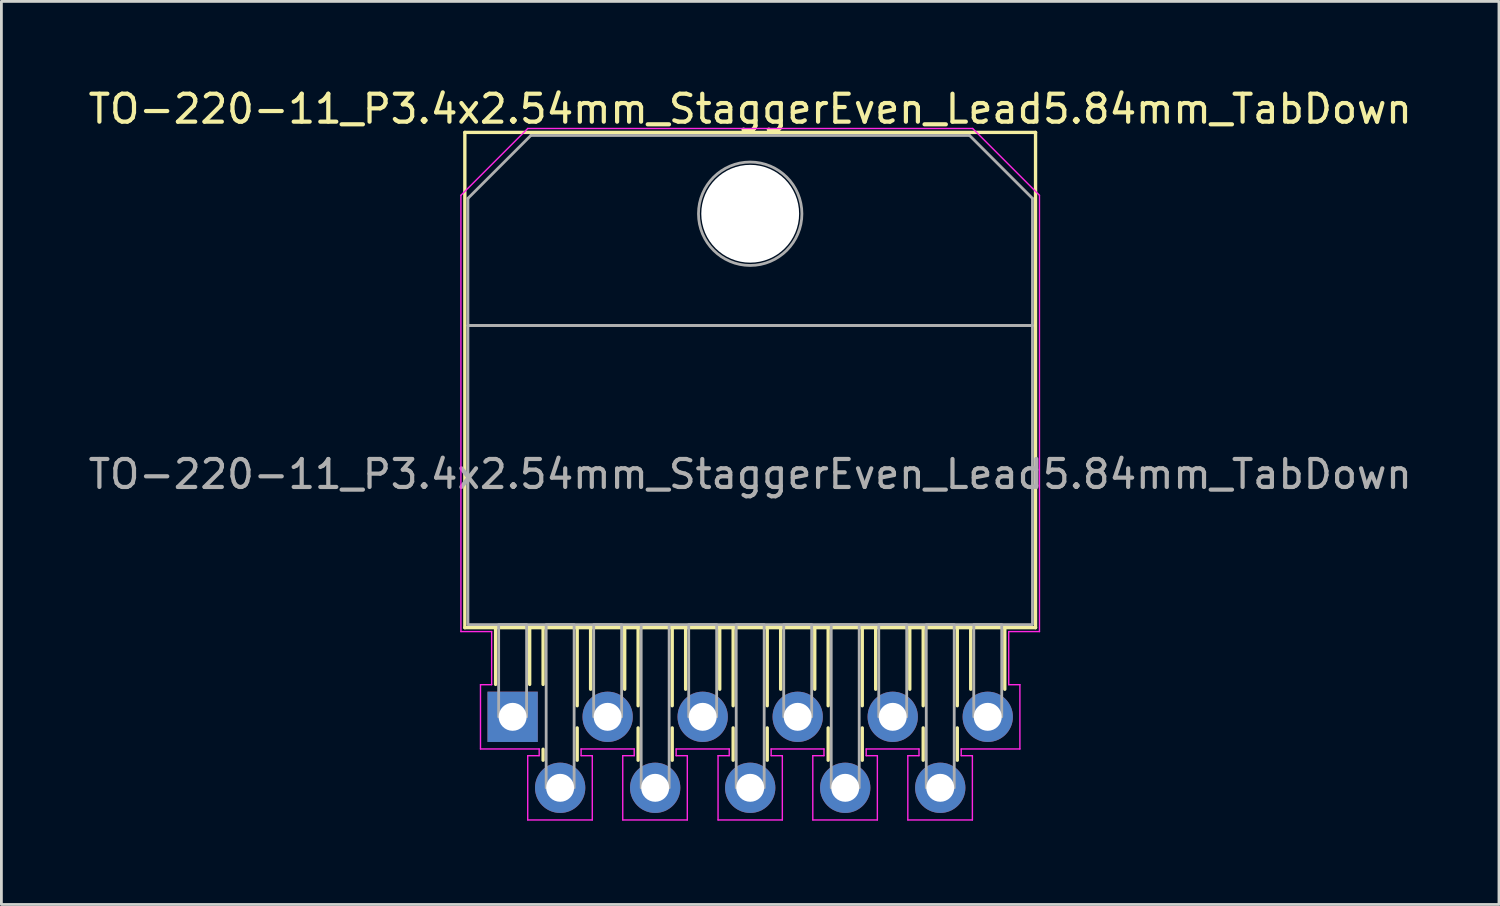
<source format=kicad_pcb>
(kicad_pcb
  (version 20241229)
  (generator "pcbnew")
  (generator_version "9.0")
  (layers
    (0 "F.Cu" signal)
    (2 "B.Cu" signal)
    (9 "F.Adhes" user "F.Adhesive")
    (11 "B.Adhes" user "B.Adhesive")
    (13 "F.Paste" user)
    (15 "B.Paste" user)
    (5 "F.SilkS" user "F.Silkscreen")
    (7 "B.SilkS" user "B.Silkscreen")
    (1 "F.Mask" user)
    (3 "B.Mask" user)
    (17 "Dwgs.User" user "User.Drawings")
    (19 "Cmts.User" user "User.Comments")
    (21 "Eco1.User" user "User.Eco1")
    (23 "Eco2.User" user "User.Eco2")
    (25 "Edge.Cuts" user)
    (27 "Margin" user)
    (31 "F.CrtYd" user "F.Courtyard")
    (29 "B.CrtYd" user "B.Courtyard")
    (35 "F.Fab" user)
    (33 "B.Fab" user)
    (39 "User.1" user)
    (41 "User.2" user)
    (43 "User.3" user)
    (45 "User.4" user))
  (footprint "TO-220-11_P3.4x2.54mm_StaggerEven_Lead5.84mm_TabDown"
    (layer "F.Cu")
    (at 15.292 22.598)
    (property "Reference" "TO-220-11_P3.4x2.54mm_StaggerEven_Lead5.84mm_TabDown" (at 8.5 -21.75 0) (layer "F.SilkS") (effects (font (size 1 1) (thickness 0.15))))
    (attr through_hole)
    (fp_line (start -1.71 -20.91) (end 18.71 -20.91) (stroke (width 0.12) (type solid)) (layer "F.SilkS"))
    (fp_line (start -1.71 -3.19) (end -1.71 -20.91) (stroke (width 0.12) (type solid)) (layer "F.SilkS"))
    (fp_line (start -1.71 -3.19) (end 18.71 -3.19) (stroke (width 0.12) (type solid)) (layer "F.SilkS"))
    (fp_line (start -0.61 -3.19) (end -0.61 -1.16) (stroke (width 0.12) (type solid)) (layer "F.SilkS"))
    (fp_line (start 0.61 -3.19) (end 0.61 -1.16) (stroke (width 0.12) (type solid)) (layer "F.SilkS"))
    (fp_line (start 1.09 -3.19) (end 1.09 -1.16) (stroke (width 0.12) (type solid)) (layer "F.SilkS"))
    (fp_line (start 1.09 1.16) (end 1.09 1.553) (stroke (width 0.12) (type solid)) (layer "F.SilkS"))
    (fp_line (start 2.31 -3.19) (end 2.31 -0.397) (stroke (width 0.12) (type solid)) (layer "F.SilkS"))
    (fp_line (start 2.31 0.397) (end 2.31 1.553) (stroke (width 0.12) (type solid)) (layer "F.SilkS"))
    (fp_line (start 2.79 -3.19) (end 2.79 -0.987) (stroke (width 0.12) (type solid)) (layer "F.SilkS"))
    (fp_line (start 4.01 -3.19) (end 4.01 -0.987) (stroke (width 0.12) (type solid)) (layer "F.SilkS"))
    (fp_line (start 4.49 -3.19) (end 4.49 -0.397) (stroke (width 0.12) (type solid)) (layer "F.SilkS"))
    (fp_line (start 4.49 0.397) (end 4.49 1.553) (stroke (width 0.12) (type solid)) (layer "F.SilkS"))
    (fp_line (start 5.71 -3.19) (end 5.71 -0.397) (stroke (width 0.12) (type solid)) (layer "F.SilkS"))
    (fp_line (start 5.71 0.397) (end 5.71 1.553) (stroke (width 0.12) (type solid)) (layer "F.SilkS"))
    (fp_line (start 6.19 -3.19) (end 6.19 -0.987) (stroke (width 0.12) (type solid)) (layer "F.SilkS"))
    (fp_line (start 7.41 -3.19) (end 7.41 -0.987) (stroke (width 0.12) (type solid)) (layer "F.SilkS"))
    (fp_line (start 7.89 -3.19) (end 7.89 -0.397) (stroke (width 0.12) (type solid)) (layer "F.SilkS"))
    (fp_line (start 7.89 0.397) (end 7.89 1.553) (stroke (width 0.12) (type solid)) (layer "F.SilkS"))
    (fp_line (start 9.11 -3.19) (end 9.11 -0.397) (stroke (width 0.12) (type solid)) (layer "F.SilkS"))
    (fp_line (start 9.11 0.397) (end 9.11 1.553) (stroke (width 0.12) (type solid)) (layer "F.SilkS"))
    (fp_line (start 9.59 -3.19) (end 9.59 -0.987) (stroke (width 0.12) (type solid)) (layer "F.SilkS"))
    (fp_line (start 10.81 -3.19) (end 10.81 -0.987) (stroke (width 0.12) (type solid)) (layer "F.SilkS"))
    (fp_line (start 11.29 -3.19) (end 11.29 -0.397) (stroke (width 0.12) (type solid)) (layer "F.SilkS"))
    (fp_line (start 11.29 0.397) (end 11.29 1.553) (stroke (width 0.12) (type solid)) (layer "F.SilkS"))
    (fp_line (start 12.51 -3.19) (end 12.51 -0.397) (stroke (width 0.12) (type solid)) (layer "F.SilkS"))
    (fp_line (start 12.51 0.397) (end 12.51 1.553) (stroke (width 0.12) (type solid)) (layer "F.SilkS"))
    (fp_line (start 12.99 -3.19) (end 12.99 -0.987) (stroke (width 0.12) (type solid)) (layer "F.SilkS"))
    (fp_line (start 14.21 -3.19) (end 14.21 -0.987) (stroke (width 0.12) (type solid)) (layer "F.SilkS"))
    (fp_line (start 14.69 -3.19) (end 14.69 -0.397) (stroke (width 0.12) (type solid)) (layer "F.SilkS"))
    (fp_line (start 14.69 0.397) (end 14.69 1.553) (stroke (width 0.12) (type solid)) (layer "F.SilkS"))
    (fp_line (start 15.91 -3.19) (end 15.91 -0.397) (stroke (width 0.12) (type solid)) (layer "F.SilkS"))
    (fp_line (start 15.91 0.397) (end 15.91 1.553) (stroke (width 0.12) (type solid)) (layer "F.SilkS"))
    (fp_line (start 16.39 -3.19) (end 16.39 -0.987) (stroke (width 0.12) (type solid)) (layer "F.SilkS"))
    (fp_line (start 17.61 -3.19) (end 17.61 -0.987) (stroke (width 0.12) (type solid)) (layer "F.SilkS"))
    (fp_line (start 18.71 -3.19) (end 18.71 -20.91) (stroke (width 0.12) (type solid)) (layer "F.SilkS"))
    (fp_line (start -1.85 -18.66) (end 0.54 -21.05) (stroke (width 0.05) (type solid)) (layer "F.CrtYd"))
    (fp_line (start -1.85 -3.05) (end -1.85 -18.66) (stroke (width 0.05) (type solid)) (layer "F.CrtYd"))
    (fp_line (start -1.15 -1.15) (end -0.75 -1.15) (stroke (width 0.05) (type solid)) (layer "F.CrtYd"))
    (fp_line (start -1.15 1.15) (end -1.15 -1.15) (stroke (width 0.05) (type solid)) (layer "F.CrtYd"))
    (fp_line (start -0.75 -3.05) (end -1.85 -3.05) (stroke (width 0.05) (type solid)) (layer "F.CrtYd"))
    (fp_line (start -0.75 -1.15) (end -0.75 -3.05) (stroke (width 0.05) (type solid)) (layer "F.CrtYd"))
    (fp_line (start 0.54 -21.05) (end 16.46 -21.05) (stroke (width 0.05) (type solid)) (layer "F.CrtYd"))
    (fp_line (start 0.54 1.39) (end 0.95 1.39) (stroke (width 0.05) (type solid)) (layer "F.CrtYd"))
    (fp_line (start 0.54 3.69) (end 0.54 1.39) (stroke (width 0.05) (type solid)) (layer "F.CrtYd"))
    (fp_line (start 0.95 1.15) (end -1.15 1.15) (stroke (width 0.05) (type solid)) (layer "F.CrtYd"))
    (fp_line (start 0.95 1.39) (end 0.95 1.15) (stroke (width 0.05) (type solid)) (layer "F.CrtYd"))
    (fp_line (start 2.45 1.15) (end 2.45 1.39) (stroke (width 0.05) (type solid)) (layer "F.CrtYd"))
    (fp_line (start 2.45 1.39) (end 2.85 1.39) (stroke (width 0.05) (type solid)) (layer "F.CrtYd"))
    (fp_line (start 2.85 1.39) (end 2.85 3.69) (stroke (width 0.05) (type solid)) (layer "F.CrtYd"))
    (fp_line (start 2.85 3.69) (end 0.54 3.69) (stroke (width 0.05) (type solid)) (layer "F.CrtYd"))
    (fp_line (start 3.94 1.39) (end 4.35 1.39) (stroke (width 0.05) (type solid)) (layer "F.CrtYd"))
    (fp_line (start 3.94 3.69) (end 3.94 1.39) (stroke (width 0.05) (type solid)) (layer "F.CrtYd"))
    (fp_line (start 4.35 1.15) (end 2.45 1.15) (stroke (width 0.05) (type solid)) (layer "F.CrtYd"))
    (fp_line (start 4.35 1.39) (end 4.35 1.15) (stroke (width 0.05) (type solid)) (layer "F.CrtYd"))
    (fp_line (start 5.85 1.15) (end 5.85 1.39) (stroke (width 0.05) (type solid)) (layer "F.CrtYd"))
    (fp_line (start 5.85 1.39) (end 6.25 1.39) (stroke (width 0.05) (type solid)) (layer "F.CrtYd"))
    (fp_line (start 6.25 1.39) (end 6.25 3.69) (stroke (width 0.05) (type solid)) (layer "F.CrtYd"))
    (fp_line (start 6.25 3.69) (end 3.94 3.69) (stroke (width 0.05) (type solid)) (layer "F.CrtYd"))
    (fp_line (start 7.35 1.39) (end 7.75 1.39) (stroke (width 0.05) (type solid)) (layer "F.CrtYd"))
    (fp_line (start 7.35 3.69) (end 7.35 1.39) (stroke (width 0.05) (type solid)) (layer "F.CrtYd"))
    (fp_line (start 7.75 1.15) (end 5.85 1.15) (stroke (width 0.05) (type solid)) (layer "F.CrtYd"))
    (fp_line (start 7.75 1.39) (end 7.75 1.15) (stroke (width 0.05) (type solid)) (layer "F.CrtYd"))
    (fp_line (start 9.25 1.15) (end 9.25 1.39) (stroke (width 0.05) (type solid)) (layer "F.CrtYd"))
    (fp_line (start 9.25 1.39) (end 9.65 1.39) (stroke (width 0.05) (type solid)) (layer "F.CrtYd"))
    (fp_line (start 9.65 1.39) (end 9.65 3.69) (stroke (width 0.05) (type solid)) (layer "F.CrtYd"))
    (fp_line (start 9.65 3.69) (end 7.35 3.69) (stroke (width 0.05) (type solid)) (layer "F.CrtYd"))
    (fp_line (start 10.74 1.39) (end 11.14 1.39) (stroke (width 0.05) (type solid)) (layer "F.CrtYd"))
    (fp_line (start 10.74 3.69) (end 10.74 1.39) (stroke (width 0.05) (type solid)) (layer "F.CrtYd"))
    (fp_line (start 11.14 1.15) (end 9.25 1.15) (stroke (width 0.05) (type solid)) (layer "F.CrtYd"))
    (fp_line (start 11.14 1.39) (end 11.14 1.15) (stroke (width 0.05) (type solid)) (layer "F.CrtYd"))
    (fp_line (start 12.65 1.15) (end 12.65 1.39) (stroke (width 0.05) (type solid)) (layer "F.CrtYd"))
    (fp_line (start 12.65 1.39) (end 13.05 1.39) (stroke (width 0.05) (type solid)) (layer "F.CrtYd"))
    (fp_line (start 13.05 1.39) (end 13.05 3.69) (stroke (width 0.05) (type solid)) (layer "F.CrtYd"))
    (fp_line (start 13.05 3.69) (end 10.74 3.69) (stroke (width 0.05) (type solid)) (layer "F.CrtYd"))
    (fp_line (start 14.14 1.39) (end 14.54 1.39) (stroke (width 0.05) (type solid)) (layer "F.CrtYd"))
    (fp_line (start 14.14 3.69) (end 14.14 1.39) (stroke (width 0.05) (type solid)) (layer "F.CrtYd"))
    (fp_line (start 14.54 1.15) (end 12.65 1.15) (stroke (width 0.05) (type solid)) (layer "F.CrtYd"))
    (fp_line (start 14.54 1.39) (end 14.54 1.15) (stroke (width 0.05) (type solid)) (layer "F.CrtYd"))
    (fp_line (start 16.05 1.15) (end 16.05 1.39) (stroke (width 0.05) (type solid)) (layer "F.CrtYd"))
    (fp_line (start 16.05 1.39) (end 16.45 1.39) (stroke (width 0.05) (type solid)) (layer "F.CrtYd"))
    (fp_line (start 16.45 1.39) (end 16.45 3.69) (stroke (width 0.05) (type solid)) (layer "F.CrtYd"))
    (fp_line (start 16.45 3.69) (end 14.14 3.69) (stroke (width 0.05) (type solid)) (layer "F.CrtYd"))
    (fp_line (start 16.46 -21.05) (end 18.85 -18.66) (stroke (width 0.05) (type solid)) (layer "F.CrtYd"))
    (fp_line (start 17.75 -3.05) (end 17.75 -1.15) (stroke (width 0.05) (type solid)) (layer "F.CrtYd"))
    (fp_line (start 17.75 -1.15) (end 18.15 -1.15) (stroke (width 0.05) (type solid)) (layer "F.CrtYd"))
    (fp_line (start 18.15 -1.15) (end 18.15 1.15) (stroke (width 0.05) (type solid)) (layer "F.CrtYd"))
    (fp_line (start 18.15 1.15) (end 16.05 1.15) (stroke (width 0.05) (type solid)) (layer "F.CrtYd"))
    (fp_line (start 18.85 -18.66) (end 18.85 -3.05) (stroke (width 0.05) (type solid)) (layer "F.CrtYd"))
    (fp_line (start 18.85 -3.05) (end 17.75 -3.05) (stroke (width 0.05) (type solid)) (layer "F.CrtYd"))
    (fp_line (start -1.6 -18.55) (end 0.65 -20.8) (stroke (width 0.1) (type solid)) (layer "F.Fab"))
    (fp_line (start -1.6 -14) (end -1.6 -18.55) (stroke (width 0.1) (type solid)) (layer "F.Fab"))
    (fp_line (start 0.65 -20.8) (end 16.35 -20.8) (stroke (width 0.1) (type solid)) (layer "F.Fab"))
    (fp_line (start 16.35 -20.8) (end 18.6 -18.55) (stroke (width 0.1) (type solid)) (layer "F.Fab"))
    (fp_line (start 18.6 -18.55) (end 18.6 -14) (stroke (width 0.1) (type solid)) (layer "F.Fab"))
    (fp_line (start 18.6 -14) (end -1.6 -14) (stroke (width 0.1) (type solid)) (layer "F.Fab"))
    (fp_rect (start -1.6 -3.3) (end 18.6 -14) (stroke (width 0.1) (type solid)) (fill no) (layer "F.Fab"))
    (fp_rect (start -0.5 -3.3) (end 0.5 0) (stroke (width 0.1) (type solid)) (fill no) (layer "F.Fab"))
    (fp_rect (start 1.2 -3.3) (end 2.2 2.54) (stroke (width 0.1) (type solid)) (fill no) (layer "F.Fab"))
    (fp_rect (start 2.9 -3.3) (end 3.9 0) (stroke (width 0.1) (type solid)) (fill no) (layer "F.Fab"))
    (fp_rect (start 4.6 -3.3) (end 5.6 2.54) (stroke (width 0.1) (type solid)) (fill no) (layer "F.Fab"))
    (fp_rect (start 6.3 -3.3) (end 7.3 0) (stroke (width 0.1) (type solid)) (fill no) (layer "F.Fab"))
    (fp_rect (start 8 -3.3) (end 9 2.54) (stroke (width 0.1) (type solid)) (fill no) (layer "F.Fab"))
    (fp_rect (start 9.7 -3.3) (end 10.7 0) (stroke (width 0.1) (type solid)) (fill no) (layer "F.Fab"))
    (fp_rect (start 11.4 -3.3) (end 12.4 2.54) (stroke (width 0.1) (type solid)) (fill no) (layer "F.Fab"))
    (fp_rect (start 13.1 -3.3) (end 14.1 0) (stroke (width 0.1) (type solid)) (fill no) (layer "F.Fab"))
    (fp_rect (start 14.8 -3.3) (end 15.8 2.54) (stroke (width 0.1) (type solid)) (fill no) (layer "F.Fab"))
    (fp_rect (start 16.5 -3.3) (end 17.5 0) (stroke (width 0.1) (type solid)) (fill no) (layer "F.Fab"))
    (fp_circle (center 8.5 -18) (end 10.35 -18) (stroke (width 0.1) (type solid)) (fill no) (layer "F.Fab"))
    (fp_text user "${REFERENCE}" (at 8.5 -8.68 0) (layer "F.Fab") (effects (font (size 1 1) (thickness 0.15))))
    (pad "" np_thru_hole circle (at 8.5 -18) (size 3.5 3.5) (drill 3.5) (layers "*.Cu" "*.Mask"))
    (pad "1" thru_hole rect (at 0 0) (size 1.8 1.8) (drill 1) (layers "*.Cu" "*.Mask"))
    (pad "2" thru_hole circle (at 1.7 2.54) (size 1.8 1.8) (drill 1) (layers "*.Cu" "*.Mask"))
    (pad "3" thru_hole circle (at 3.4 0) (size 1.8 1.8) (drill 1) (layers "*.Cu" "*.Mask"))
    (pad "4" thru_hole circle (at 5.1 2.54) (size 1.8 1.8) (drill 1) (layers "*.Cu" "*.Mask"))
    (pad "5" thru_hole circle (at 6.8 0) (size 1.8 1.8) (drill 1) (layers "*.Cu" "*.Mask"))
    (pad "6" thru_hole circle (at 8.5 2.54) (size 1.8 1.8) (drill 1) (layers "*.Cu" "*.Mask"))
    (pad "7" thru_hole circle (at 10.2 0) (size 1.8 1.8) (drill 1) (layers "*.Cu" "*.Mask"))
    (pad "8" thru_hole circle (at 11.9 2.54) (size 1.8 1.8) (drill 1) (layers "*.Cu" "*.Mask"))
    (pad "9" thru_hole circle (at 13.6 0) (size 1.8 1.8) (drill 1) (layers "*.Cu" "*.Mask"))
    (pad "10" thru_hole circle (at 15.3 2.54) (size 1.8 1.8) (drill 1) (layers "*.Cu" "*.Mask"))
    (pad "11" thru_hole circle (at 17 0) (size 1.8 1.8) (drill 1) (layers "*.Cu" "*.Mask")))
  (gr_rect
    (start -3 -3)
    (end 50.583 29.313)
    (stroke (width 0.1) (type default))
    (fill no)
    (layer "Edge.Cuts")))
</source>
